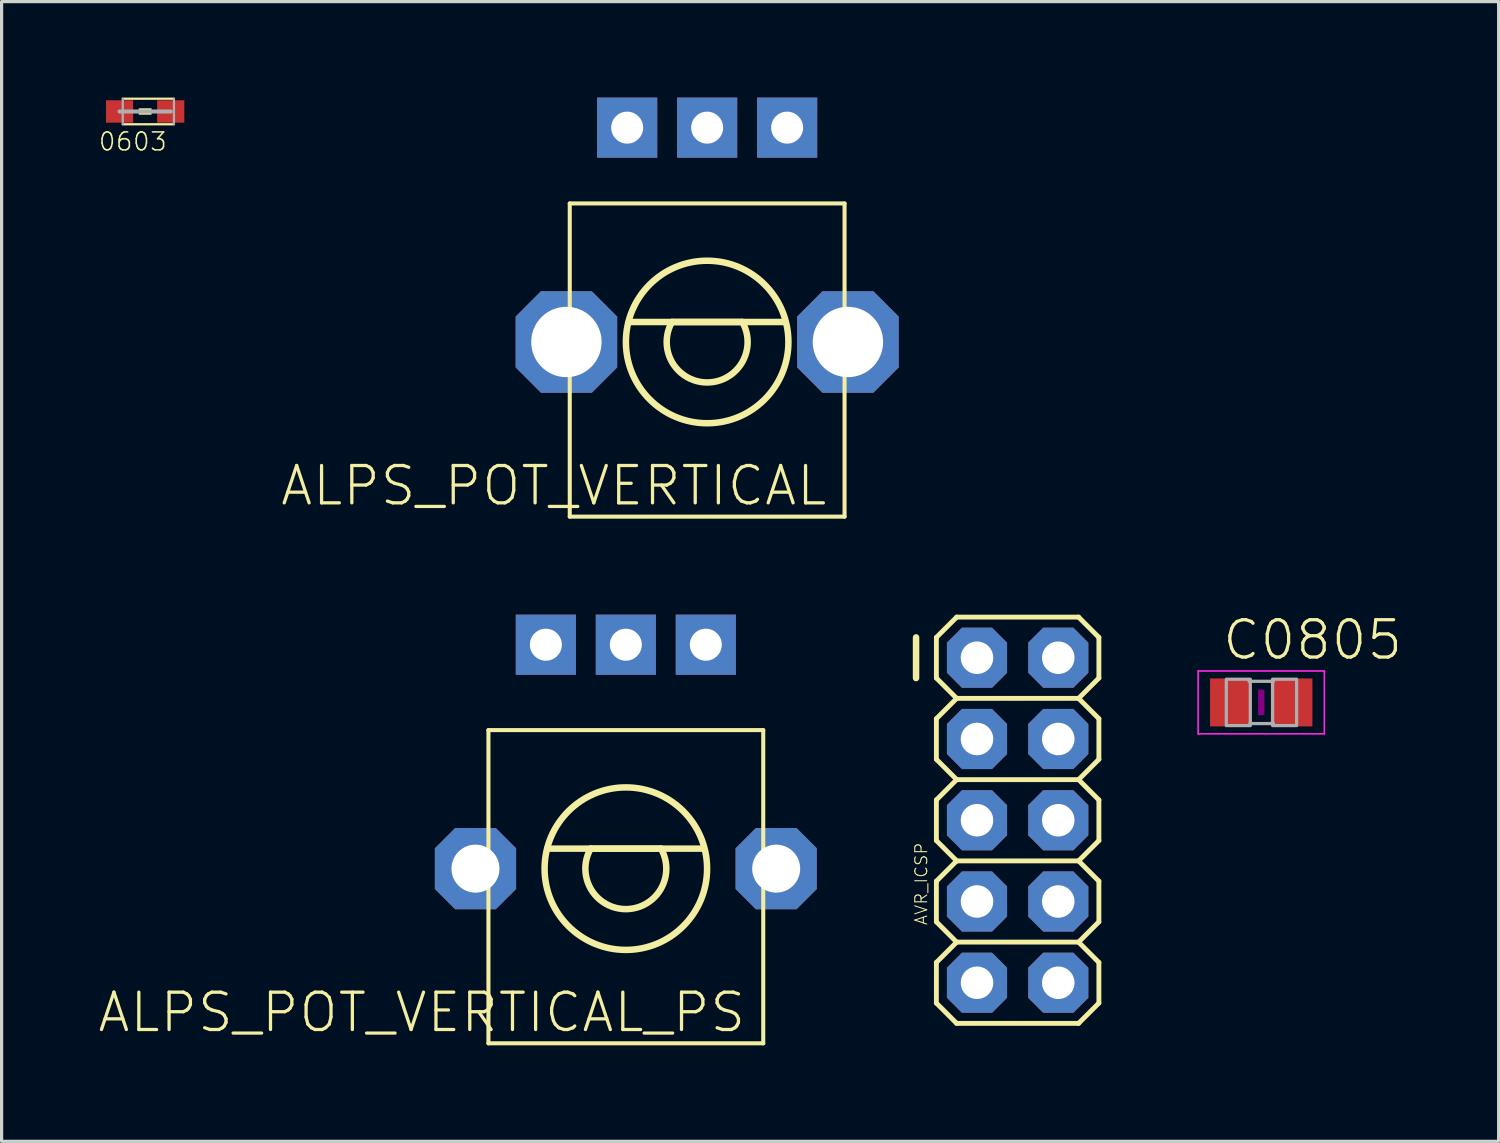
<source format=kicad_pcb>
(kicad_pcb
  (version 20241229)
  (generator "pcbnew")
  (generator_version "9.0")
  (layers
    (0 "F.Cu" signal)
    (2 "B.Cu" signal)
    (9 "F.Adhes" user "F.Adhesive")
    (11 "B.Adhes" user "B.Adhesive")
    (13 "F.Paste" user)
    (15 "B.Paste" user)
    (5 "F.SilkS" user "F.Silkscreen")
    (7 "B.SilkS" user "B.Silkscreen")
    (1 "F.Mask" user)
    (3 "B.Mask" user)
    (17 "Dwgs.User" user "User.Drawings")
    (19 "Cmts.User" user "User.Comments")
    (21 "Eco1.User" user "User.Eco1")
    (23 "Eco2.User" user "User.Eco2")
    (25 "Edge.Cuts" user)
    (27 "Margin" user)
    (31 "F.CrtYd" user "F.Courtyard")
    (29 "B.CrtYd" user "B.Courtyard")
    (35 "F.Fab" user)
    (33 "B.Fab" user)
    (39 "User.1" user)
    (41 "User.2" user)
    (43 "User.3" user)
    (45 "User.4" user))
  (footprint "AVR_ICSP"
    (layer "F.Cu")
    (at 28.76 22.59)
    (property "Reference" "AVR_ICSP" (at -2.794 3.302 90) (layer "F.SilkS") (effects (font (size 0.374 0.374) (thickness 0.033)) (justify left bottom)))
    (fp_line (start -3.175 -5.715) (end -3.175 -4.445) (stroke (width 0.203) (type solid)) (layer "F.SilkS"))
    (fp_line (start -2.54 -5.715) (end -2.54 -4.445) (stroke (width 0.152) (type solid)) (layer "F.SilkS"))
    (fp_line (start -2.54 -4.445) (end -1.905 -3.81) (stroke (width 0.152) (type solid)) (layer "F.SilkS"))
    (fp_line (start -2.54 -3.175) (end -2.54 -1.905) (stroke (width 0.152) (type solid)) (layer "F.SilkS"))
    (fp_line (start -2.54 -1.905) (end -1.905 -1.27) (stroke (width 0.152) (type solid)) (layer "F.SilkS"))
    (fp_line (start -2.54 -0.635) (end -2.54 0.635) (stroke (width 0.152) (type solid)) (layer "F.SilkS"))
    (fp_line (start -2.54 0.635) (end -1.905 1.27) (stroke (width 0.152) (type solid)) (layer "F.SilkS"))
    (fp_line (start -2.54 1.905) (end -2.54 3.175) (stroke (width 0.152) (type solid)) (layer "F.SilkS"))
    (fp_line (start -2.54 3.175) (end -1.905 3.81) (stroke (width 0.152) (type solid)) (layer "F.SilkS"))
    (fp_line (start -2.54 4.445) (end -2.54 5.715) (stroke (width 0.152) (type solid)) (layer "F.SilkS"))
    (fp_line (start -2.54 5.715) (end -1.905 6.35) (stroke (width 0.152) (type solid)) (layer "F.SilkS"))
    (fp_line (start -1.905 -6.35) (end -2.54 -5.715) (stroke (width 0.152) (type solid)) (layer "F.SilkS"))
    (fp_line (start -1.905 -6.35) (end 1.905 -6.35) (stroke (width 0.152) (type solid)) (layer "F.SilkS"))
    (fp_line (start -1.905 -3.81) (end -2.54 -3.175) (stroke (width 0.152) (type solid)) (layer "F.SilkS"))
    (fp_line (start -1.905 -1.27) (end -2.54 -0.635) (stroke (width 0.152) (type solid)) (layer "F.SilkS"))
    (fp_line (start -1.905 1.27) (end -2.54 1.905) (stroke (width 0.152) (type solid)) (layer "F.SilkS"))
    (fp_line (start -1.905 3.81) (end -2.54 4.445) (stroke (width 0.152) (type solid)) (layer "F.SilkS"))
    (fp_line (start 1.905 -6.35) (end 2.54 -5.715) (stroke (width 0.152) (type solid)) (layer "F.SilkS"))
    (fp_line (start 1.905 -3.81) (end -1.905 -3.81) (stroke (width 0.152) (type solid)) (layer "F.SilkS"))
    (fp_line (start 1.905 -3.81) (end 2.54 -3.175) (stroke (width 0.152) (type solid)) (layer "F.SilkS"))
    (fp_line (start 1.905 -1.27) (end -1.905 -1.27) (stroke (width 0.152) (type solid)) (layer "F.SilkS"))
    (fp_line (start 1.905 -1.27) (end 2.54 -0.635) (stroke (width 0.152) (type solid)) (layer "F.SilkS"))
    (fp_line (start 1.905 1.27) (end -1.905 1.27) (stroke (width 0.152) (type solid)) (layer "F.SilkS"))
    (fp_line (start 1.905 1.27) (end 2.54 1.905) (stroke (width 0.152) (type solid)) (layer "F.SilkS"))
    (fp_line (start 1.905 3.81) (end -1.905 3.81) (stroke (width 0.152) (type solid)) (layer "F.SilkS"))
    (fp_line (start 1.905 3.81) (end 2.54 4.445) (stroke (width 0.152) (type solid)) (layer "F.SilkS"))
    (fp_line (start 1.905 6.35) (end -1.905 6.35) (stroke (width 0.152) (type solid)) (layer "F.SilkS"))
    (fp_line (start 2.54 -5.715) (end 2.54 -4.445) (stroke (width 0.152) (type solid)) (layer "F.SilkS"))
    (fp_line (start 2.54 -4.445) (end 1.905 -3.81) (stroke (width 0.152) (type solid)) (layer "F.SilkS"))
    (fp_line (start 2.54 -3.175) (end 2.54 -1.905) (stroke (width 0.152) (type solid)) (layer "F.SilkS"))
    (fp_line (start 2.54 -1.905) (end 1.905 -1.27) (stroke (width 0.152) (type solid)) (layer "F.SilkS"))
    (fp_line (start 2.54 -0.635) (end 2.54 0.635) (stroke (width 0.152) (type solid)) (layer "F.SilkS"))
    (fp_line (start 2.54 0.635) (end 1.905 1.27) (stroke (width 0.152) (type solid)) (layer "F.SilkS"))
    (fp_line (start 2.54 1.905) (end 2.54 3.175) (stroke (width 0.152) (type solid)) (layer "F.SilkS"))
    (fp_line (start 2.54 3.175) (end 1.905 3.81) (stroke (width 0.152) (type solid)) (layer "F.SilkS"))
    (fp_line (start 2.54 4.445) (end 2.54 5.715) (stroke (width 0.152) (type solid)) (layer "F.SilkS"))
    (fp_line (start 2.54 5.715) (end 1.905 6.35) (stroke (width 0.152) (type solid)) (layer "F.SilkS"))
    (fp_poly (pts (xy -1.524 0.254) (xy -1.016 0.254) (xy -1.016 -0.254) (xy -1.524 -0.254)) (stroke (width 0) (type solid)) (fill yes) (layer "F.SilkS"))
    (fp_poly (pts (xy -1.524 -4.826) (xy -1.016 -4.826) (xy -1.016 -5.334) (xy -1.524 -5.334)) (stroke (width 0.1) (type solid)) (fill no) (layer "F.Fab"))
    (fp_poly (pts (xy -1.524 -2.286) (xy -1.016 -2.286) (xy -1.016 -2.794) (xy -1.524 -2.794)) (stroke (width 0.1) (type solid)) (fill no) (layer "F.Fab"))
    (fp_poly (pts (xy -1.524 2.794) (xy -1.016 2.794) (xy -1.016 2.286) (xy -1.524 2.286)) (stroke (width 0.1) (type solid)) (fill no) (layer "F.Fab"))
    (fp_poly (pts (xy -1.524 5.334) (xy -1.016 5.334) (xy -1.016 4.826) (xy -1.524 4.826)) (stroke (width 0.1) (type solid)) (fill no) (layer "F.Fab"))
    (fp_poly (pts (xy 1.016 -4.826) (xy 1.524 -4.826) (xy 1.524 -5.334) (xy 1.016 -5.334)) (stroke (width 0.1) (type solid)) (fill no) (layer "F.Fab"))
    (fp_poly (pts (xy 1.016 -2.286) (xy 1.524 -2.286) (xy 1.524 -2.794) (xy 1.016 -2.794)) (stroke (width 0.1) (type solid)) (fill no) (layer "F.Fab"))
    (fp_poly (pts (xy 1.016 0.254) (xy 1.524 0.254) (xy 1.524 -0.254) (xy 1.016 -0.254)) (stroke (width 0.1) (type solid)) (fill no) (layer "F.Fab"))
    (fp_poly (pts (xy 1.016 2.794) (xy 1.524 2.794) (xy 1.524 2.286) (xy 1.016 2.286)) (stroke (width 0.1) (type solid)) (fill no) (layer "F.Fab"))
    (fp_poly (pts (xy 1.016 5.334) (xy 1.524 5.334) (xy 1.524 4.826) (xy 1.016 4.826)) (stroke (width 0.1) (type solid)) (fill no) (layer "F.Fab"))
    (pad "1" thru_hole roundrect (at -1.27 -5.08 270) (size 1.88 1.88) (drill 1.016) (layers "*.Cu" "*.Mask") (roundrect_rratio 0.25) (chamfer_ratio 0.25) (chamfer top_left top_right bottom_left bottom_right))
    (pad "2" thru_hole roundrect (at 1.27 -5.08 270) (size 1.88 1.88) (drill 1.016) (layers "*.Cu" "*.Mask") (roundrect_rratio 0.25) (chamfer_ratio 0.25) (chamfer top_left top_right bottom_left bottom_right))
    (pad "3" thru_hole roundrect (at -1.27 -2.54 270) (size 1.88 1.88) (drill 1.016) (layers "*.Cu" "*.Mask") (roundrect_rratio 0.25) (chamfer_ratio 0.25) (chamfer top_left top_right bottom_left bottom_right))
    (pad "4" thru_hole roundrect (at 1.27 -2.54 270) (size 1.88 1.88) (drill 1.016) (layers "*.Cu" "*.Mask") (roundrect_rratio 0.25) (chamfer_ratio 0.25) (chamfer top_left top_right bottom_left bottom_right))
    (pad "5" thru_hole roundrect (at -1.27 0 270) (size 1.88 1.88) (drill 1.016) (layers "*.Cu" "*.Mask") (roundrect_rratio 0.25) (chamfer_ratio 0.25) (chamfer top_left top_right bottom_left bottom_right))
    (pad "6" thru_hole roundrect (at 1.27 0 270) (size 1.88 1.88) (drill 1.016) (layers "*.Cu" "*.Mask") (roundrect_rratio 0.25) (chamfer_ratio 0.25) (chamfer top_left top_right bottom_left bottom_right))
    (pad "7" thru_hole roundrect (at -1.27 2.54 270) (size 1.88 1.88) (drill 1.016) (layers "*.Cu" "*.Mask") (roundrect_rratio 0.25) (chamfer_ratio 0.25) (chamfer top_left top_right bottom_left bottom_right))
    (pad "8" thru_hole roundrect (at 1.27 2.54 270) (size 1.88 1.88) (drill 1.016) (layers "*.Cu" "*.Mask") (roundrect_rratio 0.25) (chamfer_ratio 0.25) (chamfer top_left top_right bottom_left bottom_right))
    (pad "9" thru_hole roundrect (at -1.27 5.08 270) (size 1.88 1.88) (drill 1.016) (layers "*.Cu" "*.Mask") (roundrect_rratio 0.25) (chamfer_ratio 0.25) (chamfer top_left top_right bottom_left bottom_right))
    (pad "10" thru_hole roundrect (at 1.27 5.08 270) (size 1.88 1.88) (drill 1.016) (layers "*.Cu" "*.Mask") (roundrect_rratio 0.25) (chamfer_ratio 0.25) (chamfer top_left top_right bottom_left bottom_right)))
  (footprint "ALPS_POT_VERTICAL_PS"
    (layer "F.Cu")
    (at 16.513 24.103)
    (property "Reference" "ALPS_POT_VERTICAL_PS" (at 3.81 3.81 0) (layer "F.SilkS") (effects (font (size 1.168 1.168) (thickness 0.102)) (justify right top)))
    (fp_line (start -4.295 -4.33) (end 4.295 -4.33) (stroke (width 0.127) (type solid)) (layer "F.SilkS"))
    (fp_line (start -4.295 5.46) (end -4.295 -4.33) (stroke (width 0.127) (type solid)) (layer "F.SilkS"))
    (fp_line (start -2.45 -0.625) (end 2.425 -0.625) (stroke (width 0.203) (type solid)) (layer "F.SilkS"))
    (fp_line (start -1.1 -0.625) (end 1.1 -0.625) (stroke (width 0.203) (type solid)) (layer "F.SilkS"))
    (fp_line (start 4.295 -4.33) (end 4.295 5.46) (stroke (width 0.127) (type solid)) (layer "F.SilkS"))
    (fp_line (start 4.295 5.46) (end -4.295 5.46) (stroke (width 0.127) (type solid)) (layer "F.SilkS"))
    (fp_arc (start 1.1 -0.625) (mid 0 1.265158) (end -1.1 -0.625) (stroke (width 0.2032) (type solid)) (layer "F.SilkS"))
    (fp_circle (center 0 0) (end 2.54 0) (stroke (width 0.203) (type solid)) (fill no) (layer "F.SilkS"))
    (pad "P$1" thru_hole rect (at -2.5 -7 270) (size 1.88 1.88) (drill 1) (layers "*.Cu" "*.Mask"))
    (pad "P$2" thru_hole rect (at 0 -7 270) (size 1.88 1.88) (drill 1) (layers "*.Cu" "*.Mask"))
    (pad "P$3" thru_hole rect (at 2.5 -7 270) (size 1.88 1.88) (drill 1) (layers "*.Cu" "*.Mask"))
    (pad "P$4" thru_hole roundrect (at -4.7 0 270) (size 2.54 2.54) (drill 1.5) (layers "*.Cu" "*.Mask") (roundrect_rratio 0.25) (chamfer_ratio 0.25) (chamfer top_left top_right bottom_left bottom_right))
    (pad "P$5" thru_hole roundrect (at 4.7 0 270) (size 2.54 2.54) (drill 1.5) (layers "*.Cu" "*.Mask") (roundrect_rratio 0.25) (chamfer_ratio 0.25) (chamfer top_left top_right bottom_left bottom_right)))
  (footprint "ALPS_POT_VERTICAL"
    (layer "F.Cu")
    (at 19.055 7.64)
    (property "Reference" "ALPS_POT_VERTICAL" (at 3.81 3.81 0) (layer "F.SilkS") (effects (font (size 1.168 1.168) (thickness 0.102)) (justify right top)))
    (fp_line (start -4.295 -4.33) (end 4.295 -4.33) (stroke (width 0.127) (type solid)) (layer "F.SilkS"))
    (fp_line (start -4.295 5.46) (end -4.295 -4.33) (stroke (width 0.127) (type solid)) (layer "F.SilkS"))
    (fp_line (start -2.45 -0.625) (end 2.425 -0.625) (stroke (width 0.203) (type solid)) (layer "F.SilkS"))
    (fp_line (start -1.1 -0.625) (end 1.1 -0.625) (stroke (width 0.203) (type solid)) (layer "F.SilkS"))
    (fp_line (start 4.295 -4.33) (end 4.295 5.46) (stroke (width 0.127) (type solid)) (layer "F.SilkS"))
    (fp_line (start 4.295 5.46) (end -4.295 5.46) (stroke (width 0.127) (type solid)) (layer "F.SilkS"))
    (fp_arc (start 1.1 -0.625) (mid 0 1.265158) (end -1.1 -0.625) (stroke (width 0.2032) (type solid)) (layer "F.SilkS"))
    (fp_circle (center 0 0) (end 2.54 0) (stroke (width 0.203) (type solid)) (fill no) (layer "F.SilkS"))
    (pad "P$1" thru_hole rect (at -2.5 -6.7 270) (size 1.88 1.88) (drill 1) (layers "*.Cu" "*.Mask"))
    (pad "P$2" thru_hole rect (at 0 -6.7 270) (size 1.88 1.88) (drill 1) (layers "*.Cu" "*.Mask"))
    (pad "P$3" thru_hole rect (at 2.5 -6.7 270) (size 1.88 1.88) (drill 1) (layers "*.Cu" "*.Mask"))
    (pad "P$4" thru_hole roundrect (at -4.4 0 270) (size 3.175 3.175) (drill 2.2) (layers "*.Cu" "*.Mask") (roundrect_rratio 0.25) (chamfer_ratio 0.25) (chamfer top_left top_right bottom_left bottom_right))
    (pad "P$5" thru_hole roundrect (at 4.4 0 270) (size 3.175 3.175) (drill 2.2) (layers "*.Cu" "*.Mask") (roundrect_rratio 0.25) (chamfer_ratio 0.25) (chamfer top_left top_right bottom_left bottom_right)))
  (footprint "0603"
    (layer "F.Cu")
    (at 1.587 0.435)
    (property "Reference" "0603" (at -1.587 1.27 0) (layer "F.SilkS") (effects (font (size 0.561 0.561) (thickness 0.049)) (justify left bottom)))
    (fp_line (start -0.8 -0.4) (end 0.8 -0.4) (stroke (width 0.07) (type solid)) (layer "F.SilkS"))
    (fp_line (start 0.8 0.4) (end -0.8 0.4) (stroke (width 0.07) (type solid)) (layer "F.SilkS"))
    (fp_poly (pts (xy -0.3 0.1) (xy 0.1 0.1) (xy 0.1 -0.1) (xy -0.3 -0.1)) (stroke (width 0) (type solid)) (fill yes) (layer "F.SilkS"))
    (fp_line (start -0.9 0) (end 0.7 0) (stroke (width 0.127) (type solid)) (layer "F.Fab"))
    (fp_line (start -0.8 0.4) (end -0.8 -0.4) (stroke (width 0.07) (type solid)) (layer "F.Fab"))
    (fp_line (start 0.8 -0.4) (end 0.8 0.4) (stroke (width 0.07) (type solid)) (layer "F.Fab"))
    (pad "1" smd rect (at -0.9 0) (size 0.85 0.7) (layers "F.Cu" "F.Mask" "F.Paste"))
    (pad "2" smd rect (at 0.7 0) (size 0.85 0.7) (layers "F.Cu" "F.Mask" "F.Paste")))
  (footprint "C0805"
    (layer "F.Cu")
    (at 36.375 18.907)
    (property "Reference" "C0805" (at -1.27 -1.27 0) (layer "F.SilkS") (effects (font (size 1.168 1.168) (thickness 0.102)) (justify left bottom)))
    (fp_poly (pts (xy -0.1 0.4) (xy 0.1 0.4) (xy 0.1 -0.4) (xy -0.1 -0.4)) (stroke (width 0) (type solid)) (fill yes) (layer "F.Adhes"))
    (fp_line (start -1.973 -0.983) (end 1.973 -0.983) (stroke (width 0.051) (type solid)) (layer "F.CrtYd"))
    (fp_line (start -1.973 0.983) (end -1.973 -0.983) (stroke (width 0.051) (type solid)) (layer "F.CrtYd"))
    (fp_line (start 1.973 -0.983) (end 1.973 0.983) (stroke (width 0.051) (type solid)) (layer "F.CrtYd"))
    (fp_line (start 1.973 0.983) (end -1.973 0.983) (stroke (width 0.051) (type solid)) (layer "F.CrtYd"))
    (fp_line (start -0.381 -0.66) (end 0.381 -0.66) (stroke (width 0.102) (type solid)) (layer "F.Fab"))
    (fp_line (start -0.356 0.66) (end 0.381 0.66) (stroke (width 0.102) (type solid)) (layer "F.Fab"))
    (fp_poly (pts (xy -1.092 0.724) (xy -0.342 0.724) (xy -0.342 -0.726) (xy -1.092 -0.726)) (stroke (width 0.1) (type solid)) (fill no) (layer "F.Fab"))
    (fp_poly (pts (xy 0.356 0.724) (xy 1.106 0.724) (xy 1.106 -0.726) (xy 0.356 -0.726)) (stroke (width 0.1) (type solid)) (fill no) (layer "F.Fab"))
    (pad "1" smd rect (at -0.95 0) (size 1.3 1.5) (layers "F.Cu" "F.Mask" "F.Paste"))
    (pad "2" smd rect (at 0.95 0) (size 1.3 1.5) (layers "F.Cu" "F.Mask" "F.Paste")))
  (gr_rect
    (start -3 -3)
    (end 43.795 32.627)
    (stroke (width 0.1) (type default))
    (fill no)
    (layer "Edge.Cuts")))
</source>
